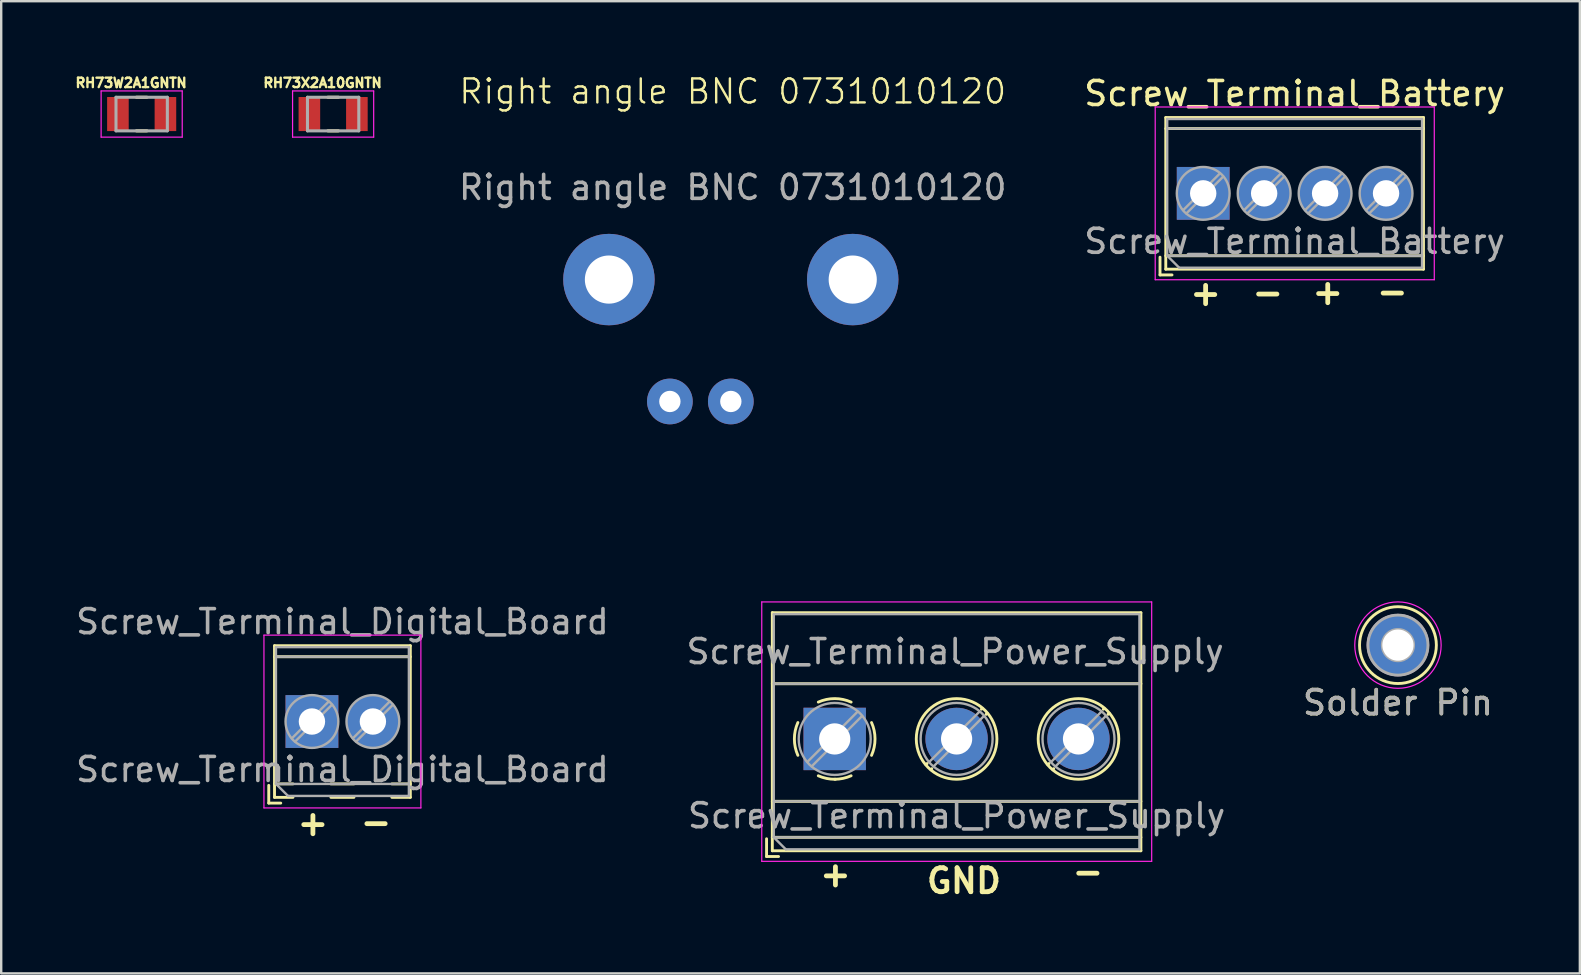
<source format=kicad_pcb>
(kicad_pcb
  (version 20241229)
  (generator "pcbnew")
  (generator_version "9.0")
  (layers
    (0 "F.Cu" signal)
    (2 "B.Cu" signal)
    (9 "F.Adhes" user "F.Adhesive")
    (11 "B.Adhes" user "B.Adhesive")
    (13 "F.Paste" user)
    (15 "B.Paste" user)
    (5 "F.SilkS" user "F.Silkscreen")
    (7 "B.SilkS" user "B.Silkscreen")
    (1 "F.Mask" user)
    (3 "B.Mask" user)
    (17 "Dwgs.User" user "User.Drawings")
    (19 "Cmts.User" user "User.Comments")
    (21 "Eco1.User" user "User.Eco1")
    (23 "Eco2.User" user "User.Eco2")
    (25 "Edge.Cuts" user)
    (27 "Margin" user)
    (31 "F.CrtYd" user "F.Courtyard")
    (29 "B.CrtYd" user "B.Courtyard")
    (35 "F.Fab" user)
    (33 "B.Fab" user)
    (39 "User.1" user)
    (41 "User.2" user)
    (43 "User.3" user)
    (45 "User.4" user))
  (footprint "Solder Pin"
    (layer "F.Cu")
    (at 55.209 23.835)
    (property "Reference" "Solder Pin" (at 0 2.4 0) (layer "F.SilkS") (effects (font (size 1 1) (thickness 0.15))))
    (attr through_hole)
    (fp_circle (center 0 0) (end 1.6 0.05) (stroke (width 0.12) (type solid)) (fill no) (layer "F.SilkS"))
    (fp_circle (center 0 0) (end 1.8 0) (stroke (width 0.05) (type solid)) (fill no) (layer "F.CrtYd"))
    (fp_circle (center 0 0) (end 0.65 -0.05) (stroke (width 0.12) (type solid)) (fill no) (layer "F.Fab"))
    (fp_circle (center 0 0) (end 1.25 -0.05) (stroke (width 0.12) (type solid)) (fill no) (layer "F.Fab"))
    (fp_text user "${REFERENCE}" (at 0 2.4 0) (layer "F.Fab") (effects (font (size 1 1) (thickness 0.15))))
    (pad "1" thru_hole circle (at 0 0) (size 2.6 2.6) (drill 1.3) (layers "*.Cu" "*.Mask")))
  (footprint "Screw_Terminal_Battery"
    (layer "F.Cu")
    (at 47.093 5.008)
    (property "Reference" "Screw_Terminal_Battery" (at 3.81 -4.16 0) (layer "F.SilkS") (effects (font (size 1 1) (thickness 0.15))))
    (attr through_hole)
    (fp_line (start -1.8 2.66) (end -1.8 3.4) (stroke (width 0.12) (type solid)) (layer "F.SilkS"))
    (fp_line (start -1.8 3.4) (end -1.3 3.4) (stroke (width 0.12) (type solid)) (layer "F.SilkS"))
    (fp_line (start -1.56 -3.16) (end -1.56 3.16) (stroke (width 0.12) (type solid)) (layer "F.SilkS"))
    (fp_line (start -1.56 -3.16) (end 9.18 -3.16) (stroke (width 0.12) (type solid)) (layer "F.SilkS"))
    (fp_line (start -1.56 -2.7) (end 9.18 -2.7) (stroke (width 0.12) (type solid)) (layer "F.SilkS"))
    (fp_line (start -1.56 2.6) (end 9.18 2.6) (stroke (width 0.12) (type solid)) (layer "F.SilkS"))
    (fp_line (start -1.56 3.16) (end 9.18 3.16) (stroke (width 0.12) (type solid)) (layer "F.SilkS"))
    (fp_line (start 9.18 -3.16) (end 9.18 3.16) (stroke (width 0.12) (type solid)) (layer "F.SilkS"))
    (fp_line (start -2 -3.6) (end -2 3.6) (stroke (width 0.05) (type solid)) (layer "F.CrtYd"))
    (fp_line (start -2 3.6) (end 9.63 3.6) (stroke (width 0.05) (type solid)) (layer "F.CrtYd"))
    (fp_line (start 9.63 -3.6) (end -2 -3.6) (stroke (width 0.05) (type solid)) (layer "F.CrtYd"))
    (fp_line (start 9.63 3.6) (end 9.63 -3.6) (stroke (width 0.05) (type solid)) (layer "F.CrtYd"))
    (fp_line (start -1.5 -3.1) (end 9.12 -3.1) (stroke (width 0.1) (type solid)) (layer "F.Fab"))
    (fp_line (start -1.5 -2.7) (end 9.12 -2.7) (stroke (width 0.1) (type solid)) (layer "F.Fab"))
    (fp_line (start -1.5 2.6) (end -1.5 -3.1) (stroke (width 0.1) (type solid)) (layer "F.Fab"))
    (fp_line (start -1.5 2.6) (end 9.12 2.6) (stroke (width 0.1) (type solid)) (layer "F.Fab"))
    (fp_line (start -1 3.1) (end -1.5 2.6) (stroke (width 0.1) (type solid)) (layer "F.Fab"))
    (fp_line (start 0.701 -0.835) (end -0.835 0.7) (stroke (width 0.1) (type solid)) (layer "F.Fab"))
    (fp_line (start 0.835 -0.7) (end -0.701 0.835) (stroke (width 0.1) (type solid)) (layer "F.Fab"))
    (fp_line (start 3.241 -0.835) (end 1.706 0.7) (stroke (width 0.1) (type solid)) (layer "F.Fab"))
    (fp_line (start 3.375 -0.7) (end 1.84 0.835) (stroke (width 0.1) (type solid)) (layer "F.Fab"))
    (fp_line (start 5.781 -0.835) (end 4.246 0.7) (stroke (width 0.1) (type solid)) (layer "F.Fab"))
    (fp_line (start 5.915 -0.7) (end 4.38 0.835) (stroke (width 0.1) (type solid)) (layer "F.Fab"))
    (fp_line (start 8.321 -0.835) (end 6.786 0.7) (stroke (width 0.1) (type solid)) (layer "F.Fab"))
    (fp_line (start 8.455 -0.7) (end 6.92 0.835) (stroke (width 0.1) (type solid)) (layer "F.Fab"))
    (fp_line (start 9.12 -3.1) (end 9.12 3.1) (stroke (width 0.1) (type solid)) (layer "F.Fab"))
    (fp_line (start 9.12 3.1) (end -1 3.1) (stroke (width 0.1) (type solid)) (layer "F.Fab"))
    (fp_circle (center 0 0) (end 1.1 0) (stroke (width 0.1) (type solid)) (fill no) (layer "F.Fab"))
    (fp_circle (center 2.54 0) (end 3.64 0) (stroke (width 0.1) (type solid)) (fill no) (layer "F.Fab"))
    (fp_circle (center 5.08 0) (end 6.18 0) (stroke (width 0.1) (type solid)) (fill no) (layer "F.Fab"))
    (fp_circle (center 7.62 0) (end 8.72 0) (stroke (width 0.1) (type solid)) (fill no) (layer "F.Fab"))
    (fp_text user "+" (at 4.44 4.69 0) (unlocked yes) (layer "F.SilkS") (effects (font (size 1 1) (thickness 0.2) (bold yes)) (justify left bottom)))
    (fp_text user "-" (at 7.13 4.67 0) (unlocked yes) (layer "F.SilkS") (effects (font (size 1 1) (thickness 0.2) (bold yes)) (justify left bottom)))
    (fp_text user "+" (at -0.65 4.73 0) (unlocked yes) (layer "F.SilkS") (effects (font (size 1 1) (thickness 0.2) (bold yes)) (justify left bottom)))
    (fp_text user "-" (at 1.94 4.71 0) (unlocked yes) (layer "F.SilkS") (effects (font (size 1 1) (thickness 0.2) (bold yes)) (justify left bottom)))
    (fp_text user "${REFERENCE}" (at 3.81 2 0) (layer "F.Fab") (effects (font (size 1 1) (thickness 0.15))))
    (pad "1" thru_hole rect (at 0 0) (size 2.2 2.2) (drill 1.1) (layers "*.Cu" "*.Mask"))
    (pad "2" thru_hole circle (at 2.54 0) (size 2.2 2.2) (drill 1.1) (layers "*.Cu" "*.Mask"))
    (pad "3" thru_hole circle (at 5.08 0) (size 2.2 2.2) (drill 1.1) (layers "*.Cu" "*.Mask"))
    (pad "4" thru_hole circle (at 7.62 0) (size 2.2 2.2) (drill 1.1) (layers "*.Cu" "*.Mask")))
  (footprint "RH73X2A10GNTN"
    (layer "F.Cu")
    (at 10.833 1.703)
    (property "Reference" "RH73X2A10GNTN" (at -0.44 -1.3 0) (layer "F.SilkS") (effects (font (size 0.394 0.394) (thickness 0.15))))
    (attr smd)
    (fp_line (start -0.22 -0.7) (end 0.22 -0.7) (stroke (width 0.127) (type solid)) (layer "F.SilkS"))
    (fp_line (start -0.22 0.7) (end 0.22 0.7) (stroke (width 0.127) (type solid)) (layer "F.SilkS"))
    (fp_line (start -1.69 -0.962) (end 1.69 -0.962) (stroke (width 0.05) (type solid)) (layer "F.CrtYd"))
    (fp_line (start -1.69 0.962) (end -1.69 -0.962) (stroke (width 0.05) (type solid)) (layer "F.CrtYd"))
    (fp_line (start -1.69 0.962) (end 1.69 0.962) (stroke (width 0.05) (type solid)) (layer "F.CrtYd"))
    (fp_line (start 1.69 0.962) (end 1.69 -0.962) (stroke (width 0.05) (type solid)) (layer "F.CrtYd"))
    (fp_line (start -1.07 0.7) (end -1.07 -0.7) (stroke (width 0.127) (type solid)) (layer "F.Fab"))
    (fp_line (start 1.07 -0.7) (end -1.07 -0.7) (stroke (width 0.127) (type solid)) (layer "F.Fab"))
    (fp_line (start 1.07 0.7) (end -1.07 0.7) (stroke (width 0.127) (type solid)) (layer "F.Fab"))
    (fp_line (start 1.07 0.7) (end 1.07 -0.7) (stroke (width 0.127) (type solid)) (layer "F.Fab"))
    (pad "1" smd rect (at -0.99 0) (size 0.9 1.42) (layers "F.Cu" "F.Mask" "F.Paste"))
    (pad "2" smd rect (at 0.99 0) (size 0.9 1.42) (layers "F.Cu" "F.Mask" "F.Paste")))
  (footprint "Right angle BNC 0731010120"
    (layer "F.Cu")
    (at 32.487 18.761)
    (property "Reference" "Right angle BNC 0731010120" (at -5 -18 0) (unlocked yes) (layer "F.SilkS") (effects (font (size 1 1) (thickness 0.1))))
    (attr through_hole)
    (fp_text user "${REFERENCE}" (at -5 -14 0) (unlocked yes) (layer "F.Fab") (effects (font (size 1 1) (thickness 0.15))))
    (pad "1" thru_hole circle (at -5.08 -5.08) (size 1.905 1.905) (drill 0.889) (layers "*.Cu" "*.Mask"))
    (pad "2" thru_hole circle (at -10.16 -10.16) (size 3.81 3.81) (drill 2.007) (layers "*.Cu" "*.Mask"))
    (pad "2" thru_hole circle (at -7.62 -5.08) (size 1.905 1.905) (drill 0.889) (layers "*.Cu" "*.Mask"))
    (pad "2" thru_hole circle (at 0 -10.16) (size 3.81 3.81) (drill 2.007) (layers "*.Cu" "*.Mask")))
  (footprint "Screw_Terminal_Digital_Board"
    (layer "F.Cu")
    (at 9.95 27.019)
    (property "Reference" "Screw_Terminal_Digital_Board" (at 1.27 -4.16 0) (layer "F.Fab") (effects (font (size 1 1) (thickness 0.15))))
    (attr through_hole)
    (fp_line (start -1.8 2.66) (end -1.8 3.4) (stroke (width 0.12) (type solid)) (layer "F.SilkS"))
    (fp_line (start -1.8 3.4) (end -1.3 3.4) (stroke (width 0.12) (type solid)) (layer "F.SilkS"))
    (fp_line (start -1.56 -3.16) (end -1.56 3.16) (stroke (width 0.12) (type solid)) (layer "F.SilkS"))
    (fp_line (start -1.56 -3.16) (end 4.1 -3.16) (stroke (width 0.12) (type solid)) (layer "F.SilkS"))
    (fp_line (start -1.56 -2.7) (end 4.1 -2.7) (stroke (width 0.12) (type solid)) (layer "F.SilkS"))
    (fp_line (start -1.56 2.6) (end -0.79 2.6) (stroke (width 0.12) (type solid)) (layer "F.SilkS"))
    (fp_line (start -1.56 3.16) (end -0.79 3.16) (stroke (width 0.12) (type solid)) (layer "F.SilkS"))
    (fp_line (start 0.79 2.6) (end 1.75 2.6) (stroke (width 0.12) (type solid)) (layer "F.SilkS"))
    (fp_line (start 0.79 3.16) (end 1.75 3.16) (stroke (width 0.12) (type solid)) (layer "F.SilkS"))
    (fp_line (start 3.33 2.6) (end 4.1 2.6) (stroke (width 0.12) (type solid)) (layer "F.SilkS"))
    (fp_line (start 3.33 3.16) (end 4.1 3.16) (stroke (width 0.12) (type solid)) (layer "F.SilkS"))
    (fp_line (start 4.1 -3.16) (end 4.1 3.16) (stroke (width 0.12) (type solid)) (layer "F.SilkS"))
    (fp_line (start -2 -3.6) (end -2 3.6) (stroke (width 0.05) (type solid)) (layer "F.CrtYd"))
    (fp_line (start -2 3.6) (end 4.54 3.6) (stroke (width 0.05) (type solid)) (layer "F.CrtYd"))
    (fp_line (start 4.54 -3.6) (end -2 -3.6) (stroke (width 0.05) (type solid)) (layer "F.CrtYd"))
    (fp_line (start 4.54 3.6) (end 4.54 -3.6) (stroke (width 0.05) (type solid)) (layer "F.CrtYd"))
    (fp_line (start -1.5 -3.1) (end 4.04 -3.1) (stroke (width 0.1) (type solid)) (layer "F.Fab"))
    (fp_line (start -1.5 -2.7) (end 4.04 -2.7) (stroke (width 0.1) (type solid)) (layer "F.Fab"))
    (fp_line (start -1.5 2.6) (end -1.5 -3.1) (stroke (width 0.1) (type solid)) (layer "F.Fab"))
    (fp_line (start -1.5 2.6) (end 4.04 2.6) (stroke (width 0.1) (type solid)) (layer "F.Fab"))
    (fp_line (start -1 3.1) (end -1.5 2.6) (stroke (width 0.1) (type solid)) (layer "F.Fab"))
    (fp_line (start 0.701 -0.835) (end -0.835 0.7) (stroke (width 0.1) (type solid)) (layer "F.Fab"))
    (fp_line (start 0.835 -0.7) (end -0.701 0.835) (stroke (width 0.1) (type solid)) (layer "F.Fab"))
    (fp_line (start 3.241 -0.835) (end 1.706 0.7) (stroke (width 0.1) (type solid)) (layer "F.Fab"))
    (fp_line (start 3.375 -0.7) (end 1.84 0.835) (stroke (width 0.1) (type solid)) (layer "F.Fab"))
    (fp_line (start 4.04 -3.1) (end 4.04 3.1) (stroke (width 0.1) (type solid)) (layer "F.Fab"))
    (fp_line (start 4.04 3.1) (end -1 3.1) (stroke (width 0.1) (type solid)) (layer "F.Fab"))
    (fp_circle (center 0 0) (end 1.1 0) (stroke (width 0.1) (type solid)) (fill no) (layer "F.Fab"))
    (fp_circle (center 2.54 0) (end 3.64 0) (stroke (width 0.1) (type solid)) (fill no) (layer "F.Fab"))
    (fp_text user "+" (at -0.71 4.81 0) (unlocked yes) (layer "F.SilkS") (effects (font (size 1 1) (thickness 0.2) (bold yes)) (justify left bottom)))
    (fp_text user "-" (at 1.92 4.77 0) (unlocked yes) (layer "F.SilkS") (effects (font (size 1 1) (thickness 0.2) (bold yes)) (justify left bottom)))
    (fp_text user "${REFERENCE}" (at 1.27 2 0) (layer "F.Fab") (effects (font (size 1 1) (thickness 0.15))))
    (pad "1" thru_hole rect (at 0 0) (size 2.2 2.2) (drill 1.1) (layers "*.Cu" "*.Mask"))
    (pad "2" thru_hole circle (at 2.54 0) (size 2.2 2.2) (drill 1.1) (layers "*.Cu" "*.Mask")))
  (footprint "Screw_Terminal_Power_Supply"
    (layer "F.Cu")
    (at 31.736 27.745)
    (property "Reference" "Screw_Terminal_Power_Supply" (at 5.02 -3.64 0) (layer "F.Fab") (effects (font (size 1 1) (thickness 0.15))))
    (attr through_hole)
    (fp_line (start -2.84 4.16) (end -2.84 4.9) (stroke (width 0.12) (type solid)) (layer "F.SilkS"))
    (fp_line (start -2.84 4.9) (end -2.34 4.9) (stroke (width 0.12) (type solid)) (layer "F.SilkS"))
    (fp_line (start -2.6 -5.261) (end -2.6 4.66) (stroke (width 0.12) (type solid)) (layer "F.SilkS"))
    (fp_line (start -2.6 -5.261) (end 12.76 -5.261) (stroke (width 0.12) (type solid)) (layer "F.SilkS"))
    (fp_line (start -2.6 -2.301) (end 12.76 -2.301) (stroke (width 0.12) (type solid)) (layer "F.SilkS"))
    (fp_line (start -2.6 2.6) (end 12.76 2.6) (stroke (width 0.12) (type solid)) (layer "F.SilkS"))
    (fp_line (start -2.6 4.1) (end 12.76 4.1) (stroke (width 0.12) (type solid)) (layer "F.SilkS"))
    (fp_line (start -2.6 4.66) (end 12.76 4.66) (stroke (width 0.12) (type solid)) (layer "F.SilkS"))
    (fp_line (start 3.853 1.023) (end 3.806 1.069) (stroke (width 0.12) (type solid)) (layer "F.SilkS"))
    (fp_line (start 4.046 1.239) (end 4.011 1.274) (stroke (width 0.12) (type solid)) (layer "F.SilkS"))
    (fp_line (start 6.15 -1.275) (end 6.115 -1.239) (stroke (width 0.12) (type solid)) (layer "F.SilkS"))
    (fp_line (start 6.355 -1.069) (end 6.308 -1.023) (stroke (width 0.12) (type solid)) (layer "F.SilkS"))
    (fp_line (start 8.933 1.023) (end 8.886 1.069) (stroke (width 0.12) (type solid)) (layer "F.SilkS"))
    (fp_line (start 9.126 1.239) (end 9.091 1.274) (stroke (width 0.12) (type solid)) (layer "F.SilkS"))
    (fp_line (start 11.23 -1.275) (end 11.195 -1.239) (stroke (width 0.12) (type solid)) (layer "F.SilkS"))
    (fp_line (start 11.435 -1.069) (end 11.388 -1.023) (stroke (width 0.12) (type solid)) (layer "F.SilkS"))
    (fp_line (start 12.76 -5.261) (end 12.76 4.66) (stroke (width 0.12) (type solid)) (layer "F.SilkS"))
    (fp_arc (start -1.535427 0.683042) (mid -1.680501 -0.000524) (end -1.535 -0.684) (stroke (width 0.12) (type solid)) (layer "F.SilkS"))
    (fp_arc (start -0.683042 -1.535427) (mid 0.000524 -1.680501) (end 0.684 -1.535) (stroke (width 0.12) (type solid)) (layer "F.SilkS"))
    (fp_arc (start 0.028805 1.680253) (mid -0.335551 1.646659) (end -0.684 1.535) (stroke (width 0.12) (type solid)) (layer "F.SilkS"))
    (fp_arc (start 0.683318 1.534756) (mid 0.349292 1.643288) (end 0 1.68) (stroke (width 0.12) (type solid)) (layer "F.SilkS"))
    (fp_arc (start 1.535427 -0.683042) (mid 1.680501 0.000524) (end 1.535 0.684) (stroke (width 0.12) (type solid)) (layer "F.SilkS"))
    (fp_circle (center 5.08 0) (end 6.76 0) (stroke (width 0.12) (type solid)) (fill no) (layer "F.SilkS"))
    (fp_circle (center 10.16 0) (end 11.84 0) (stroke (width 0.12) (type solid)) (fill no) (layer "F.SilkS"))
    (fp_line (start -3.04 -5.71) (end -3.04 5.1) (stroke (width 0.05) (type solid)) (layer "F.CrtYd"))
    (fp_line (start -3.04 5.1) (end 13.21 5.1) (stroke (width 0.05) (type solid)) (layer "F.CrtYd"))
    (fp_line (start 13.21 -5.71) (end -3.04 -5.71) (stroke (width 0.05) (type solid)) (layer "F.CrtYd"))
    (fp_line (start 13.21 5.1) (end 13.21 -5.71) (stroke (width 0.05) (type solid)) (layer "F.CrtYd"))
    (fp_line (start -2.54 -5.2) (end 12.7 -5.2) (stroke (width 0.1) (type solid)) (layer "F.Fab"))
    (fp_line (start -2.54 -2.3) (end 12.7 -2.3) (stroke (width 0.1) (type solid)) (layer "F.Fab"))
    (fp_line (start -2.54 2.6) (end 12.7 2.6) (stroke (width 0.1) (type solid)) (layer "F.Fab"))
    (fp_line (start -2.54 4.1) (end -2.54 -5.2) (stroke (width 0.1) (type solid)) (layer "F.Fab"))
    (fp_line (start -2.54 4.1) (end 12.7 4.1) (stroke (width 0.1) (type solid)) (layer "F.Fab"))
    (fp_line (start -2.04 4.6) (end -2.54 4.1) (stroke (width 0.1) (type solid)) (layer "F.Fab"))
    (fp_line (start 0.955 -1.138) (end -1.138 0.955) (stroke (width 0.1) (type solid)) (layer "F.Fab"))
    (fp_line (start 1.138 -0.955) (end -0.955 1.138) (stroke (width 0.1) (type solid)) (layer "F.Fab"))
    (fp_line (start 6.035 -1.138) (end 3.943 0.955) (stroke (width 0.1) (type solid)) (layer "F.Fab"))
    (fp_line (start 6.218 -0.955) (end 4.126 1.138) (stroke (width 0.1) (type solid)) (layer "F.Fab"))
    (fp_line (start 11.115 -1.138) (end 9.023 0.955) (stroke (width 0.1) (type solid)) (layer "F.Fab"))
    (fp_line (start 11.298 -0.955) (end 9.206 1.138) (stroke (width 0.1) (type solid)) (layer "F.Fab"))
    (fp_line (start 12.7 -5.2) (end 12.7 4.6) (stroke (width 0.1) (type solid)) (layer "F.Fab"))
    (fp_line (start 12.7 4.6) (end -2.04 4.6) (stroke (width 0.1) (type solid)) (layer "F.Fab"))
    (fp_circle (center 0 0) (end 1.5 0) (stroke (width 0.1) (type solid)) (fill no) (layer "F.Fab"))
    (fp_circle (center 5.08 0) (end 6.58 0) (stroke (width 0.1) (type solid)) (fill no) (layer "F.Fab"))
    (fp_circle (center 10.16 0) (end 11.66 0) (stroke (width 0.1) (type solid)) (fill no) (layer "F.Fab"))
    (fp_text user "+" (at -0.72 6.22 0) (unlocked yes) (layer "F.SilkS") (effects (font (size 1 1) (thickness 0.2) (bold yes)) (justify left bottom)))
    (fp_text user "GND" (at 3.73 6.5 0) (unlocked yes) (layer "F.SilkS") (effects (font (size 1 1) (thickness 0.2) (bold yes)) (justify left bottom)))
    (fp_text user "-" (at 9.8 6.11 0) (unlocked yes) (layer "F.SilkS") (effects (font (size 1 1) (thickness 0.2) (bold yes)) (justify left bottom)))
    (fp_text user "${REFERENCE}" (at 5.08 3.2 0) (layer "F.Fab") (effects (font (size 1 1) (thickness 0.15))))
    (pad "1" thru_hole rect (at 0 0) (size 2.6 2.6) (drill 1.3) (layers "*.Cu" "*.Mask"))
    (pad "2" thru_hole circle (at 5.08 0) (size 2.6 2.6) (drill 1.3) (layers "*.Cu" "*.Mask"))
    (pad "3" thru_hole circle (at 10.16 0) (size 2.6 2.6) (drill 1.3) (layers "*.Cu" "*.Mask")))
  (footprint "RH73W2A1GNTN"
    (layer "F.Cu")
    (at 2.854 1.703)
    (property "Reference" "RH73W2A1GNTN" (at -0.44 -1.3 0) (layer "F.SilkS") (effects (font (size 0.394 0.394) (thickness 0.15))))
    (attr smd)
    (fp_line (start -0.22 -0.7) (end 0.22 -0.7) (stroke (width 0.127) (type solid)) (layer "F.SilkS"))
    (fp_line (start -0.22 0.7) (end 0.22 0.7) (stroke (width 0.127) (type solid)) (layer "F.SilkS"))
    (fp_line (start -1.69 -0.962) (end 1.69 -0.962) (stroke (width 0.05) (type solid)) (layer "F.CrtYd"))
    (fp_line (start -1.69 0.962) (end -1.69 -0.962) (stroke (width 0.05) (type solid)) (layer "F.CrtYd"))
    (fp_line (start -1.69 0.962) (end 1.69 0.962) (stroke (width 0.05) (type solid)) (layer "F.CrtYd"))
    (fp_line (start 1.69 0.962) (end 1.69 -0.962) (stroke (width 0.05) (type solid)) (layer "F.CrtYd"))
    (fp_line (start -1.07 0.7) (end -1.07 -0.7) (stroke (width 0.127) (type solid)) (layer "F.Fab"))
    (fp_line (start 1.07 -0.7) (end -1.07 -0.7) (stroke (width 0.127) (type solid)) (layer "F.Fab"))
    (fp_line (start 1.07 0.7) (end -1.07 0.7) (stroke (width 0.127) (type solid)) (layer "F.Fab"))
    (fp_line (start 1.07 0.7) (end 1.07 -0.7) (stroke (width 0.127) (type solid)) (layer "F.Fab"))
    (pad "1" smd rect (at -0.99 0) (size 0.9 1.42) (layers "F.Cu" "F.Mask" "F.Paste"))
    (pad "2" smd rect (at 0.99 0) (size 0.9 1.42) (layers "F.Cu" "F.Mask" "F.Paste")))
  (gr_rect
    (start -3 -3)
    (end 62.79 37.517)
    (stroke (width 0.1) (type default))
    (fill no)
    (layer "Edge.Cuts")))
</source>
